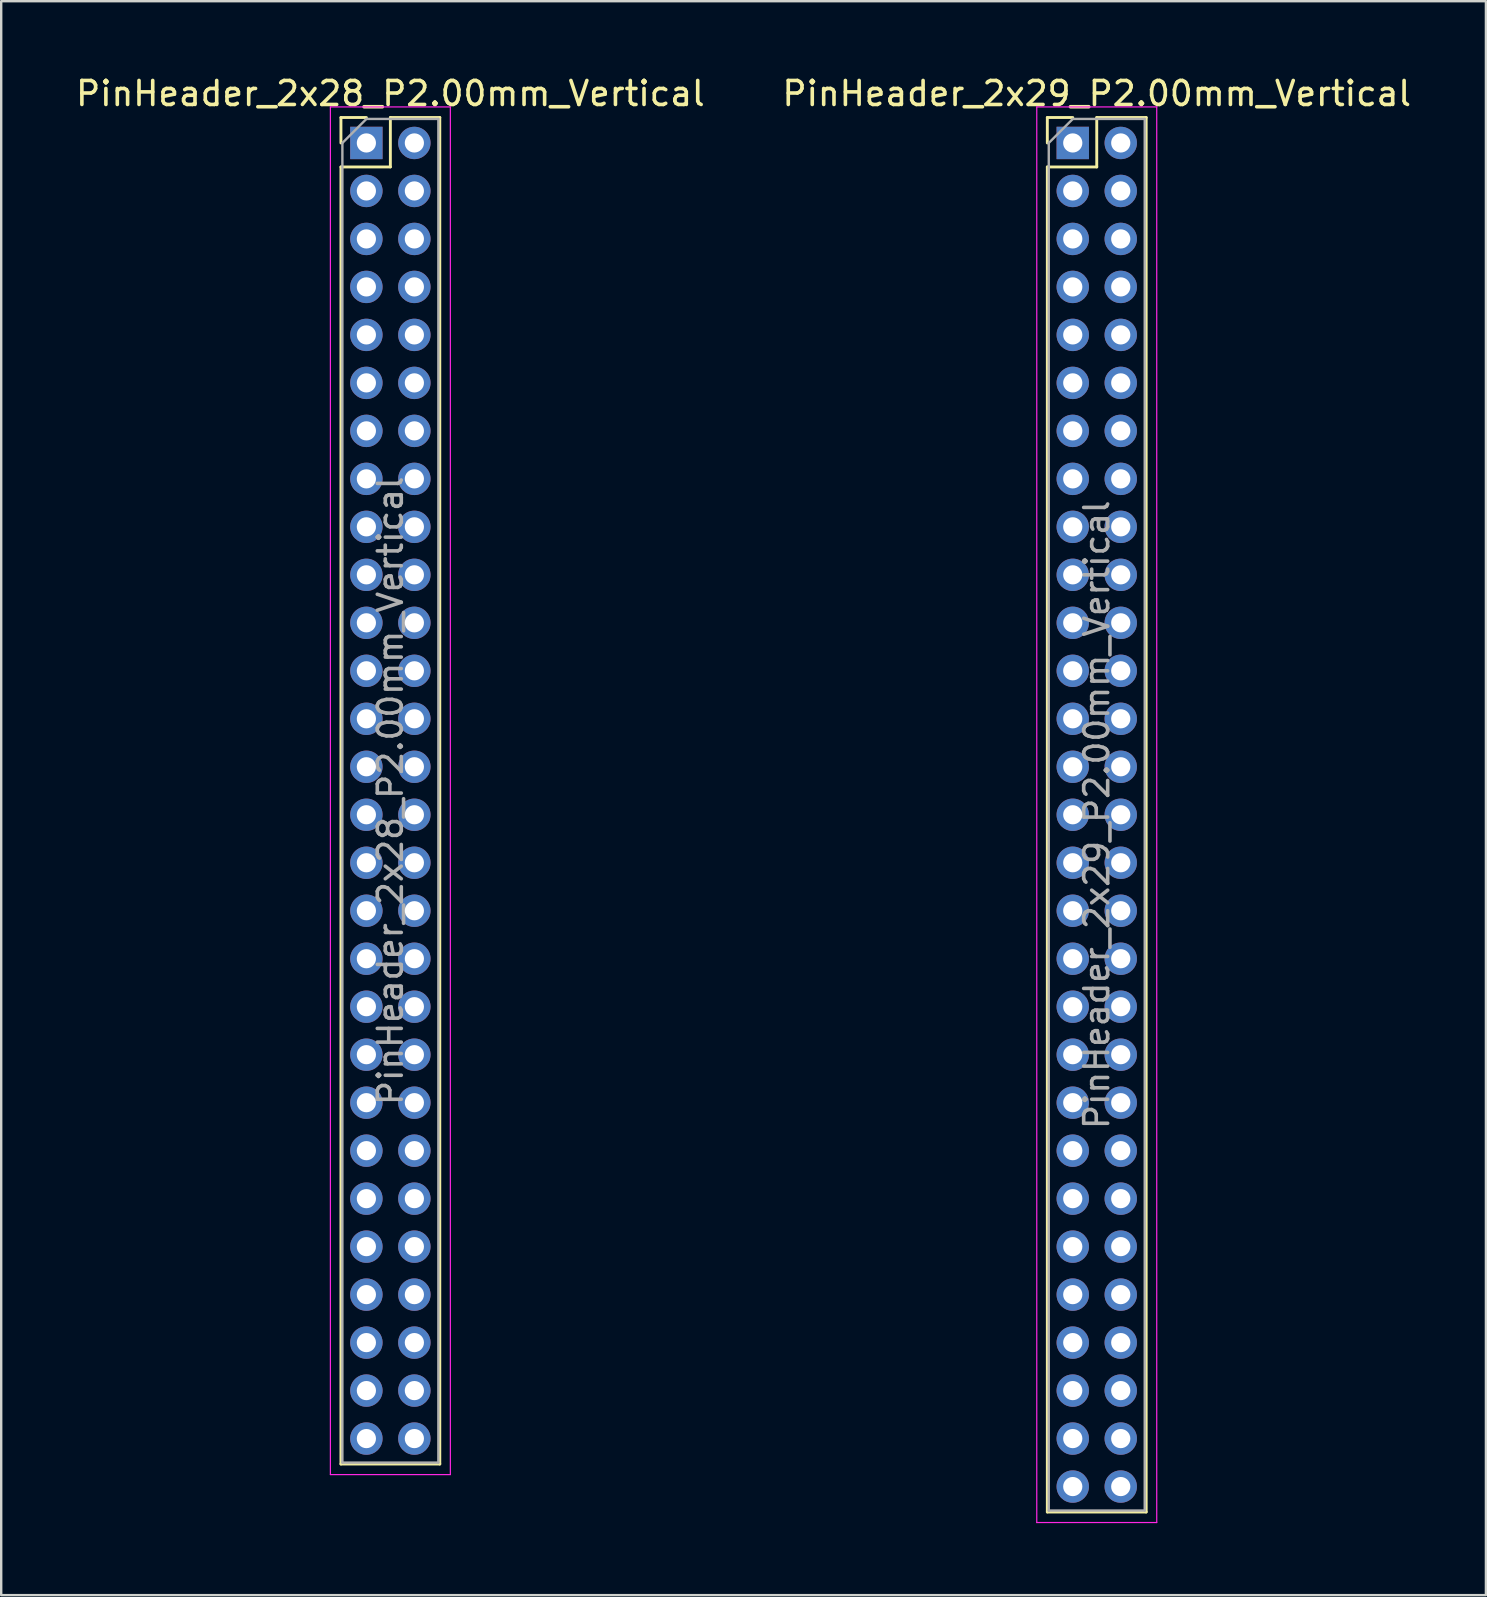
<source format=kicad_pcb>
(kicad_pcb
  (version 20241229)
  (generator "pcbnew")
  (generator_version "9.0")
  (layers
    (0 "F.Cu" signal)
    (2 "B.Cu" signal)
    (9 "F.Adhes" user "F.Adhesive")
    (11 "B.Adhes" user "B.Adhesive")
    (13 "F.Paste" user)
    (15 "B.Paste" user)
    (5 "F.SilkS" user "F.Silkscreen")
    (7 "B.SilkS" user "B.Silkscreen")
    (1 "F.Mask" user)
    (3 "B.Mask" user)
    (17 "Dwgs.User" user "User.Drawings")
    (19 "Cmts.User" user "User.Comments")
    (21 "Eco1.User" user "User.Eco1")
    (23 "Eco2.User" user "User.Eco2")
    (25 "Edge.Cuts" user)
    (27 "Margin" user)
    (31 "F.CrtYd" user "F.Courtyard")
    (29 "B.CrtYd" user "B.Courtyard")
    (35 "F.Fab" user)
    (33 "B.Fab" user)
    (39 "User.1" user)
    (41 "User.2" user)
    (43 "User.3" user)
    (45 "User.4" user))
  (footprint "PinHeader_2x29_P2.00mm_Vertical"
    (layer "F.Cu")
    (at 41.661 2.908)
    (property "Reference" "PinHeader_2x29_P2.00mm_Vertical" (at 1 -2.06 0) (layer "F.SilkS") (effects (font (size 1 1) (thickness 0.15))))
    (attr through_hole)
    (fp_line (start -1.06 -1.06) (end 0 -1.06) (stroke (width 0.12) (type solid)) (layer "F.SilkS"))
    (fp_line (start -1.06 0) (end -1.06 -1.06) (stroke (width 0.12) (type solid)) (layer "F.SilkS"))
    (fp_line (start -1.06 1) (end -1.06 57.06) (stroke (width 0.12) (type solid)) (layer "F.SilkS"))
    (fp_line (start -1.06 1) (end 1 1) (stroke (width 0.12) (type solid)) (layer "F.SilkS"))
    (fp_line (start -1.06 57.06) (end 3.06 57.06) (stroke (width 0.12) (type solid)) (layer "F.SilkS"))
    (fp_line (start 1 -1.06) (end 3.06 -1.06) (stroke (width 0.12) (type solid)) (layer "F.SilkS"))
    (fp_line (start 1 1) (end 1 -1.06) (stroke (width 0.12) (type solid)) (layer "F.SilkS"))
    (fp_line (start 3.06 -1.06) (end 3.06 57.06) (stroke (width 0.12) (type solid)) (layer "F.SilkS"))
    (fp_line (start -1.5 -1.5) (end -1.5 57.5) (stroke (width 0.05) (type solid)) (layer "F.CrtYd"))
    (fp_line (start -1.5 57.5) (end 3.5 57.5) (stroke (width 0.05) (type solid)) (layer "F.CrtYd"))
    (fp_line (start 3.5 -1.5) (end -1.5 -1.5) (stroke (width 0.05) (type solid)) (layer "F.CrtYd"))
    (fp_line (start 3.5 57.5) (end 3.5 -1.5) (stroke (width 0.05) (type solid)) (layer "F.CrtYd"))
    (fp_line (start -1 0) (end 0 -1) (stroke (width 0.1) (type solid)) (layer "F.Fab"))
    (fp_line (start -1 57) (end -1 0) (stroke (width 0.1) (type solid)) (layer "F.Fab"))
    (fp_line (start 0 -1) (end 3 -1) (stroke (width 0.1) (type solid)) (layer "F.Fab"))
    (fp_line (start 3 -1) (end 3 57) (stroke (width 0.1) (type solid)) (layer "F.Fab"))
    (fp_line (start 3 57) (end -1 57) (stroke (width 0.1) (type solid)) (layer "F.Fab"))
    (fp_text user "${REFERENCE}" (at 1 28 90) (layer "F.Fab") (effects (font (size 1 1) (thickness 0.15))))
    (pad "1" thru_hole rect (at 0 0) (size 1.35 1.35) (drill 0.8) (layers "*.Cu" "*.Mask"))
    (pad "2" thru_hole oval (at 2 0) (size 1.35 1.35) (drill 0.8) (layers "*.Cu" "*.Mask"))
    (pad "3" thru_hole oval (at 0 2) (size 1.35 1.35) (drill 0.8) (layers "*.Cu" "*.Mask"))
    (pad "4" thru_hole oval (at 2 2) (size 1.35 1.35) (drill 0.8) (layers "*.Cu" "*.Mask"))
    (pad "5" thru_hole oval (at 0 4) (size 1.35 1.35) (drill 0.8) (layers "*.Cu" "*.Mask"))
    (pad "6" thru_hole oval (at 2 4) (size 1.35 1.35) (drill 0.8) (layers "*.Cu" "*.Mask"))
    (pad "7" thru_hole oval (at 0 6) (size 1.35 1.35) (drill 0.8) (layers "*.Cu" "*.Mask"))
    (pad "8" thru_hole oval (at 2 6) (size 1.35 1.35) (drill 0.8) (layers "*.Cu" "*.Mask"))
    (pad "9" thru_hole oval (at 0 8) (size 1.35 1.35) (drill 0.8) (layers "*.Cu" "*.Mask"))
    (pad "10" thru_hole oval (at 2 8) (size 1.35 1.35) (drill 0.8) (layers "*.Cu" "*.Mask"))
    (pad "11" thru_hole oval (at 0 10) (size 1.35 1.35) (drill 0.8) (layers "*.Cu" "*.Mask"))
    (pad "12" thru_hole oval (at 2 10) (size 1.35 1.35) (drill 0.8) (layers "*.Cu" "*.Mask"))
    (pad "13" thru_hole oval (at 0 12) (size 1.35 1.35) (drill 0.8) (layers "*.Cu" "*.Mask"))
    (pad "14" thru_hole oval (at 2 12) (size 1.35 1.35) (drill 0.8) (layers "*.Cu" "*.Mask"))
    (pad "15" thru_hole oval (at 0 14) (size 1.35 1.35) (drill 0.8) (layers "*.Cu" "*.Mask"))
    (pad "16" thru_hole oval (at 2 14) (size 1.35 1.35) (drill 0.8) (layers "*.Cu" "*.Mask"))
    (pad "17" thru_hole oval (at 0 16) (size 1.35 1.35) (drill 0.8) (layers "*.Cu" "*.Mask"))
    (pad "18" thru_hole oval (at 2 16) (size 1.35 1.35) (drill 0.8) (layers "*.Cu" "*.Mask"))
    (pad "19" thru_hole oval (at 0 18) (size 1.35 1.35) (drill 0.8) (layers "*.Cu" "*.Mask"))
    (pad "20" thru_hole oval (at 2 18) (size 1.35 1.35) (drill 0.8) (layers "*.Cu" "*.Mask"))
    (pad "21" thru_hole oval (at 0 20) (size 1.35 1.35) (drill 0.8) (layers "*.Cu" "*.Mask"))
    (pad "22" thru_hole oval (at 2 20) (size 1.35 1.35) (drill 0.8) (layers "*.Cu" "*.Mask"))
    (pad "23" thru_hole oval (at 0 22) (size 1.35 1.35) (drill 0.8) (layers "*.Cu" "*.Mask"))
    (pad "24" thru_hole oval (at 2 22) (size 1.35 1.35) (drill 0.8) (layers "*.Cu" "*.Mask"))
    (pad "25" thru_hole oval (at 0 24) (size 1.35 1.35) (drill 0.8) (layers "*.Cu" "*.Mask"))
    (pad "26" thru_hole oval (at 2 24) (size 1.35 1.35) (drill 0.8) (layers "*.Cu" "*.Mask"))
    (pad "27" thru_hole oval (at 0 26) (size 1.35 1.35) (drill 0.8) (layers "*.Cu" "*.Mask"))
    (pad "28" thru_hole oval (at 2 26) (size 1.35 1.35) (drill 0.8) (layers "*.Cu" "*.Mask"))
    (pad "29" thru_hole oval (at 0 28) (size 1.35 1.35) (drill 0.8) (layers "*.Cu" "*.Mask"))
    (pad "30" thru_hole oval (at 2 28) (size 1.35 1.35) (drill 0.8) (layers "*.Cu" "*.Mask"))
    (pad "31" thru_hole oval (at 0 30) (size 1.35 1.35) (drill 0.8) (layers "*.Cu" "*.Mask"))
    (pad "32" thru_hole oval (at 2 30) (size 1.35 1.35) (drill 0.8) (layers "*.Cu" "*.Mask"))
    (pad "33" thru_hole oval (at 0 32) (size 1.35 1.35) (drill 0.8) (layers "*.Cu" "*.Mask"))
    (pad "34" thru_hole oval (at 2 32) (size 1.35 1.35) (drill 0.8) (layers "*.Cu" "*.Mask"))
    (pad "35" thru_hole oval (at 0 34) (size 1.35 1.35) (drill 0.8) (layers "*.Cu" "*.Mask"))
    (pad "36" thru_hole oval (at 2 34) (size 1.35 1.35) (drill 0.8) (layers "*.Cu" "*.Mask"))
    (pad "37" thru_hole oval (at 0 36) (size 1.35 1.35) (drill 0.8) (layers "*.Cu" "*.Mask"))
    (pad "38" thru_hole oval (at 2 36) (size 1.35 1.35) (drill 0.8) (layers "*.Cu" "*.Mask"))
    (pad "39" thru_hole oval (at 0 38) (size 1.35 1.35) (drill 0.8) (layers "*.Cu" "*.Mask"))
    (pad "40" thru_hole oval (at 2 38) (size 1.35 1.35) (drill 0.8) (layers "*.Cu" "*.Mask"))
    (pad "41" thru_hole oval (at 0 40) (size 1.35 1.35) (drill 0.8) (layers "*.Cu" "*.Mask"))
    (pad "42" thru_hole oval (at 2 40) (size 1.35 1.35) (drill 0.8) (layers "*.Cu" "*.Mask"))
    (pad "43" thru_hole oval (at 0 42) (size 1.35 1.35) (drill 0.8) (layers "*.Cu" "*.Mask"))
    (pad "44" thru_hole oval (at 2 42) (size 1.35 1.35) (drill 0.8) (layers "*.Cu" "*.Mask"))
    (pad "45" thru_hole oval (at 0 44) (size 1.35 1.35) (drill 0.8) (layers "*.Cu" "*.Mask"))
    (pad "46" thru_hole oval (at 2 44) (size 1.35 1.35) (drill 0.8) (layers "*.Cu" "*.Mask"))
    (pad "47" thru_hole oval (at 0 46) (size 1.35 1.35) (drill 0.8) (layers "*.Cu" "*.Mask"))
    (pad "48" thru_hole oval (at 2 46) (size 1.35 1.35) (drill 0.8) (layers "*.Cu" "*.Mask"))
    (pad "49" thru_hole oval (at 0 48) (size 1.35 1.35) (drill 0.8) (layers "*.Cu" "*.Mask"))
    (pad "50" thru_hole oval (at 2 48) (size 1.35 1.35) (drill 0.8) (layers "*.Cu" "*.Mask"))
    (pad "51" thru_hole oval (at 0 50) (size 1.35 1.35) (drill 0.8) (layers "*.Cu" "*.Mask"))
    (pad "52" thru_hole oval (at 2 50) (size 1.35 1.35) (drill 0.8) (layers "*.Cu" "*.Mask"))
    (pad "53" thru_hole oval (at 0 52) (size 1.35 1.35) (drill 0.8) (layers "*.Cu" "*.Mask"))
    (pad "54" thru_hole oval (at 2 52) (size 1.35 1.35) (drill 0.8) (layers "*.Cu" "*.Mask"))
    (pad "55" thru_hole oval (at 0 54) (size 1.35 1.35) (drill 0.8) (layers "*.Cu" "*.Mask"))
    (pad "56" thru_hole oval (at 2 54) (size 1.35 1.35) (drill 0.8) (layers "*.Cu" "*.Mask"))
    (pad "57" thru_hole oval (at 0 56) (size 1.35 1.35) (drill 0.8) (layers "*.Cu" "*.Mask"))
    (pad "58" thru_hole oval (at 2 56) (size 1.35 1.35) (drill 0.8) (layers "*.Cu" "*.Mask")))
  (footprint "PinHeader_2x28_P2.00mm_Vertical"
    (layer "F.Cu")
    (at 12.22 2.908)
    (property "Reference" "PinHeader_2x28_P2.00mm_Vertical" (at 1 -2.06 0) (layer "F.SilkS") (effects (font (size 1 1) (thickness 0.15))))
    (attr through_hole)
    (fp_line (start -1.06 -1.06) (end 0 -1.06) (stroke (width 0.12) (type solid)) (layer "F.SilkS"))
    (fp_line (start -1.06 0) (end -1.06 -1.06) (stroke (width 0.12) (type solid)) (layer "F.SilkS"))
    (fp_line (start -1.06 1) (end -1.06 55.06) (stroke (width 0.12) (type solid)) (layer "F.SilkS"))
    (fp_line (start -1.06 1) (end 1 1) (stroke (width 0.12) (type solid)) (layer "F.SilkS"))
    (fp_line (start -1.06 55.06) (end 3.06 55.06) (stroke (width 0.12) (type solid)) (layer "F.SilkS"))
    (fp_line (start 1 -1.06) (end 3.06 -1.06) (stroke (width 0.12) (type solid)) (layer "F.SilkS"))
    (fp_line (start 1 1) (end 1 -1.06) (stroke (width 0.12) (type solid)) (layer "F.SilkS"))
    (fp_line (start 3.06 -1.06) (end 3.06 55.06) (stroke (width 0.12) (type solid)) (layer "F.SilkS"))
    (fp_line (start -1.5 -1.5) (end -1.5 55.5) (stroke (width 0.05) (type solid)) (layer "F.CrtYd"))
    (fp_line (start -1.5 55.5) (end 3.5 55.5) (stroke (width 0.05) (type solid)) (layer "F.CrtYd"))
    (fp_line (start 3.5 -1.5) (end -1.5 -1.5) (stroke (width 0.05) (type solid)) (layer "F.CrtYd"))
    (fp_line (start 3.5 55.5) (end 3.5 -1.5) (stroke (width 0.05) (type solid)) (layer "F.CrtYd"))
    (fp_line (start -1 0) (end 0 -1) (stroke (width 0.1) (type solid)) (layer "F.Fab"))
    (fp_line (start -1 55) (end -1 0) (stroke (width 0.1) (type solid)) (layer "F.Fab"))
    (fp_line (start 0 -1) (end 3 -1) (stroke (width 0.1) (type solid)) (layer "F.Fab"))
    (fp_line (start 3 -1) (end 3 55) (stroke (width 0.1) (type solid)) (layer "F.Fab"))
    (fp_line (start 3 55) (end -1 55) (stroke (width 0.1) (type solid)) (layer "F.Fab"))
    (fp_text user "${REFERENCE}" (at 1 27 90) (layer "F.Fab") (effects (font (size 1 1) (thickness 0.15))))
    (pad "1" thru_hole rect (at 0 0) (size 1.35 1.35) (drill 0.8) (layers "*.Cu" "*.Mask"))
    (pad "2" thru_hole oval (at 2 0) (size 1.35 1.35) (drill 0.8) (layers "*.Cu" "*.Mask"))
    (pad "3" thru_hole oval (at 0 2) (size 1.35 1.35) (drill 0.8) (layers "*.Cu" "*.Mask"))
    (pad "4" thru_hole oval (at 2 2) (size 1.35 1.35) (drill 0.8) (layers "*.Cu" "*.Mask"))
    (pad "5" thru_hole oval (at 0 4) (size 1.35 1.35) (drill 0.8) (layers "*.Cu" "*.Mask"))
    (pad "6" thru_hole oval (at 2 4) (size 1.35 1.35) (drill 0.8) (layers "*.Cu" "*.Mask"))
    (pad "7" thru_hole oval (at 0 6) (size 1.35 1.35) (drill 0.8) (layers "*.Cu" "*.Mask"))
    (pad "8" thru_hole oval (at 2 6) (size 1.35 1.35) (drill 0.8) (layers "*.Cu" "*.Mask"))
    (pad "9" thru_hole oval (at 0 8) (size 1.35 1.35) (drill 0.8) (layers "*.Cu" "*.Mask"))
    (pad "10" thru_hole oval (at 2 8) (size 1.35 1.35) (drill 0.8) (layers "*.Cu" "*.Mask"))
    (pad "11" thru_hole oval (at 0 10) (size 1.35 1.35) (drill 0.8) (layers "*.Cu" "*.Mask"))
    (pad "12" thru_hole oval (at 2 10) (size 1.35 1.35) (drill 0.8) (layers "*.Cu" "*.Mask"))
    (pad "13" thru_hole oval (at 0 12) (size 1.35 1.35) (drill 0.8) (layers "*.Cu" "*.Mask"))
    (pad "14" thru_hole oval (at 2 12) (size 1.35 1.35) (drill 0.8) (layers "*.Cu" "*.Mask"))
    (pad "15" thru_hole oval (at 0 14) (size 1.35 1.35) (drill 0.8) (layers "*.Cu" "*.Mask"))
    (pad "16" thru_hole oval (at 2 14) (size 1.35 1.35) (drill 0.8) (layers "*.Cu" "*.Mask"))
    (pad "17" thru_hole oval (at 0 16) (size 1.35 1.35) (drill 0.8) (layers "*.Cu" "*.Mask"))
    (pad "18" thru_hole oval (at 2 16) (size 1.35 1.35) (drill 0.8) (layers "*.Cu" "*.Mask"))
    (pad "19" thru_hole oval (at 0 18) (size 1.35 1.35) (drill 0.8) (layers "*.Cu" "*.Mask"))
    (pad "20" thru_hole oval (at 2 18) (size 1.35 1.35) (drill 0.8) (layers "*.Cu" "*.Mask"))
    (pad "21" thru_hole oval (at 0 20) (size 1.35 1.35) (drill 0.8) (layers "*.Cu" "*.Mask"))
    (pad "22" thru_hole oval (at 2 20) (size 1.35 1.35) (drill 0.8) (layers "*.Cu" "*.Mask"))
    (pad "23" thru_hole oval (at 0 22) (size 1.35 1.35) (drill 0.8) (layers "*.Cu" "*.Mask"))
    (pad "24" thru_hole oval (at 2 22) (size 1.35 1.35) (drill 0.8) (layers "*.Cu" "*.Mask"))
    (pad "25" thru_hole oval (at 0 24) (size 1.35 1.35) (drill 0.8) (layers "*.Cu" "*.Mask"))
    (pad "26" thru_hole oval (at 2 24) (size 1.35 1.35) (drill 0.8) (layers "*.Cu" "*.Mask"))
    (pad "27" thru_hole oval (at 0 26) (size 1.35 1.35) (drill 0.8) (layers "*.Cu" "*.Mask"))
    (pad "28" thru_hole oval (at 2 26) (size 1.35 1.35) (drill 0.8) (layers "*.Cu" "*.Mask"))
    (pad "29" thru_hole oval (at 0 28) (size 1.35 1.35) (drill 0.8) (layers "*.Cu" "*.Mask"))
    (pad "30" thru_hole oval (at 2 28) (size 1.35 1.35) (drill 0.8) (layers "*.Cu" "*.Mask"))
    (pad "31" thru_hole oval (at 0 30) (size 1.35 1.35) (drill 0.8) (layers "*.Cu" "*.Mask"))
    (pad "32" thru_hole oval (at 2 30) (size 1.35 1.35) (drill 0.8) (layers "*.Cu" "*.Mask"))
    (pad "33" thru_hole oval (at 0 32) (size 1.35 1.35) (drill 0.8) (layers "*.Cu" "*.Mask"))
    (pad "34" thru_hole oval (at 2 32) (size 1.35 1.35) (drill 0.8) (layers "*.Cu" "*.Mask"))
    (pad "35" thru_hole oval (at 0 34) (size 1.35 1.35) (drill 0.8) (layers "*.Cu" "*.Mask"))
    (pad "36" thru_hole oval (at 2 34) (size 1.35 1.35) (drill 0.8) (layers "*.Cu" "*.Mask"))
    (pad "37" thru_hole oval (at 0 36) (size 1.35 1.35) (drill 0.8) (layers "*.Cu" "*.Mask"))
    (pad "38" thru_hole oval (at 2 36) (size 1.35 1.35) (drill 0.8) (layers "*.Cu" "*.Mask"))
    (pad "39" thru_hole oval (at 0 38) (size 1.35 1.35) (drill 0.8) (layers "*.Cu" "*.Mask"))
    (pad "40" thru_hole oval (at 2 38) (size 1.35 1.35) (drill 0.8) (layers "*.Cu" "*.Mask"))
    (pad "41" thru_hole oval (at 0 40) (size 1.35 1.35) (drill 0.8) (layers "*.Cu" "*.Mask"))
    (pad "42" thru_hole oval (at 2 40) (size 1.35 1.35) (drill 0.8) (layers "*.Cu" "*.Mask"))
    (pad "43" thru_hole oval (at 0 42) (size 1.35 1.35) (drill 0.8) (layers "*.Cu" "*.Mask"))
    (pad "44" thru_hole oval (at 2 42) (size 1.35 1.35) (drill 0.8) (layers "*.Cu" "*.Mask"))
    (pad "45" thru_hole oval (at 0 44) (size 1.35 1.35) (drill 0.8) (layers "*.Cu" "*.Mask"))
    (pad "46" thru_hole oval (at 2 44) (size 1.35 1.35) (drill 0.8) (layers "*.Cu" "*.Mask"))
    (pad "47" thru_hole oval (at 0 46) (size 1.35 1.35) (drill 0.8) (layers "*.Cu" "*.Mask"))
    (pad "48" thru_hole oval (at 2 46) (size 1.35 1.35) (drill 0.8) (layers "*.Cu" "*.Mask"))
    (pad "49" thru_hole oval (at 0 48) (size 1.35 1.35) (drill 0.8) (layers "*.Cu" "*.Mask"))
    (pad "50" thru_hole oval (at 2 48) (size 1.35 1.35) (drill 0.8) (layers "*.Cu" "*.Mask"))
    (pad "51" thru_hole oval (at 0 50) (size 1.35 1.35) (drill 0.8) (layers "*.Cu" "*.Mask"))
    (pad "52" thru_hole oval (at 2 50) (size 1.35 1.35) (drill 0.8) (layers "*.Cu" "*.Mask"))
    (pad "53" thru_hole oval (at 0 52) (size 1.35 1.35) (drill 0.8) (layers "*.Cu" "*.Mask"))
    (pad "54" thru_hole oval (at 2 52) (size 1.35 1.35) (drill 0.8) (layers "*.Cu" "*.Mask"))
    (pad "55" thru_hole oval (at 0 54) (size 1.35 1.35) (drill 0.8) (layers "*.Cu" "*.Mask"))
    (pad "56" thru_hole oval (at 2 54) (size 1.35 1.35) (drill 0.8) (layers "*.Cu" "*.Mask")))
  (gr_rect
    (start -3 -3)
    (end 58.881 63.433)
    (stroke (width 0.1) (type default))
    (fill no)
    (layer "Edge.Cuts")))
</source>
